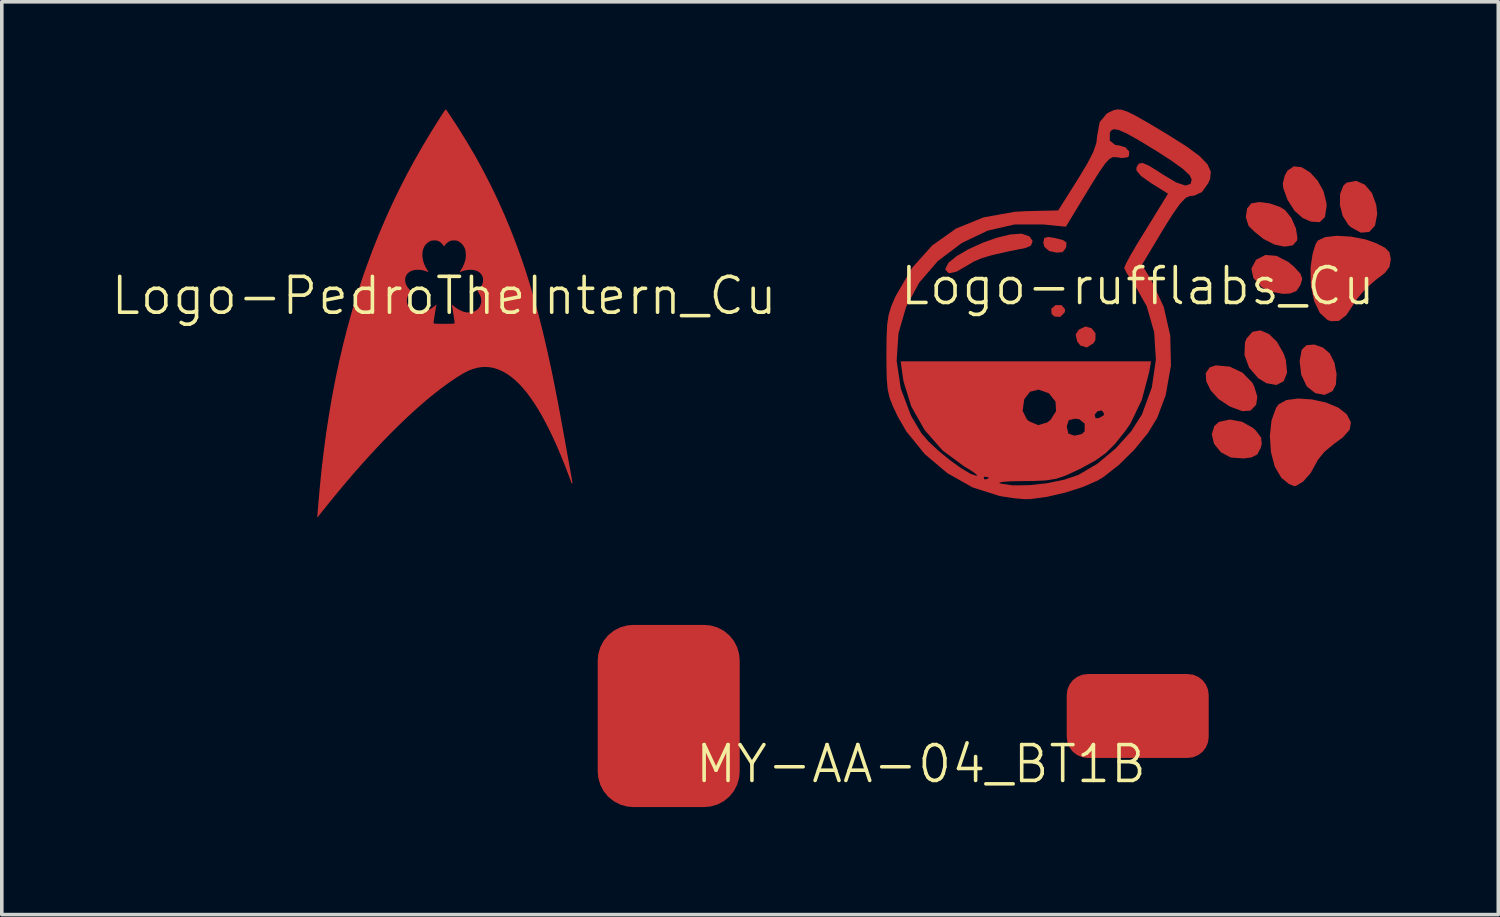
<source format=kicad_pcb>
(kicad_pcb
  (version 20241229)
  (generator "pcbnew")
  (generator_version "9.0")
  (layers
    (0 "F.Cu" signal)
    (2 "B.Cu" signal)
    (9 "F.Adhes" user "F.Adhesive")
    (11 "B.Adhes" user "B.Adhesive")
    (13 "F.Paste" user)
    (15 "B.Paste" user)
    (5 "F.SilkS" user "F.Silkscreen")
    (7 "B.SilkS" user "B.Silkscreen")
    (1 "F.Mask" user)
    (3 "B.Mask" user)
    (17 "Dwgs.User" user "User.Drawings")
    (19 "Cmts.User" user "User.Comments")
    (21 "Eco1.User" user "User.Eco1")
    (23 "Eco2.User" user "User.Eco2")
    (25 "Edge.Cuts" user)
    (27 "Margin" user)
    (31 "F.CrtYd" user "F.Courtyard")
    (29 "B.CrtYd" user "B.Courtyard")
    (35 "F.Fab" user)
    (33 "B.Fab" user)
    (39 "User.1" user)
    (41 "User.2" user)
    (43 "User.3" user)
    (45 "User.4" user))
  (footprint "Logo-PedroTheIntern_Cu"
    (layer "F.Cu")
    (at 9.336 5.7)
    (property "Reference" "Logo-PedroTheIntern_Cu" (at 0 -0.5 0) (unlocked yes) (layer "F.SilkS") (effects (font (size 1 1) (thickness 0.1))))
    (attr smd)
    (fp_poly (pts (xy 0.05 -5.699) (xy 0.05 -5.699) (xy 0.057 -5.69) (xy 0.07 -5.672) (xy 0.089 -5.645) (xy 0.112 -5.611) (xy 0.139 -5.571) (xy 0.169 -5.526) (xy 0.201 -5.478) (xy 0.233 -5.429) (xy 0.267 -5.379) (xy 0.299 -5.33) (xy 0.33 -5.283) (xy 0.358 -5.24) (xy 0.383 -5.201) (xy 0.384 -5.2) (xy 0.631 -4.802) (xy 0.867 -4.401) (xy 1.09 -3.994) (xy 1.302 -3.581) (xy 1.503 -3.162) (xy 1.693 -2.736) (xy 1.853 -2.35) (xy 1.947 -2.112) (xy 2.038 -1.872) (xy 2.126 -1.629) (xy 2.211 -1.383) (xy 2.294 -1.133) (xy 2.374 -0.878) (xy 2.453 -0.617) (xy 2.53 -0.35) (xy 2.605 -0.077) (xy 2.678 0.204) (xy 2.751 0.493) (xy 2.822 0.792) (xy 2.892 1.1) (xy 2.962 1.418) (xy 3.031 1.747) (xy 3.099 2.088) (xy 3.168 2.441) (xy 3.193 2.573) (xy 3.203 2.63) (xy 3.215 2.695) (xy 3.229 2.768) (xy 3.244 2.848) (xy 3.259 2.934) (xy 3.276 3.026) (xy 3.294 3.122) (xy 3.312 3.222) (xy 3.331 3.324) (xy 3.35 3.429) (xy 3.369 3.535) (xy 3.388 3.641) (xy 3.407 3.747) (xy 3.426 3.852) (xy 3.444 3.954) (xy 3.462 4.054) (xy 3.48 4.149) (xy 3.496 4.241) (xy 3.511 4.326) (xy 3.525 4.406) (xy 3.538 4.478) (xy 3.55 4.543) (xy 3.56 4.599) (xy 3.568 4.645) (xy 3.574 4.681) (xy 3.578 4.706) (xy 3.58 4.719) (xy 3.58 4.721) (xy 3.575 4.731) (xy 3.568 4.733) (xy 3.559 4.728) (xy 3.549 4.711) (xy 3.544 4.698) (xy 3.53 4.66) (xy 3.512 4.611) (xy 3.491 4.554) (xy 3.468 4.492) (xy 3.443 4.427) (xy 3.418 4.361) (xy 3.393 4.296) (xy 3.369 4.235) (xy 3.357 4.203) (xy 3.253 3.946) (xy 3.149 3.702) (xy 3.045 3.471) (xy 2.941 3.254) (xy 2.837 3.049) (xy 2.734 2.857) (xy 2.63 2.678) (xy 2.526 2.512) (xy 2.422 2.359) (xy 2.318 2.218) (xy 2.213 2.09) (xy 2.108 1.975) (xy 2.003 1.871) (xy 1.897 1.781) (xy 1.791 1.702) (xy 1.685 1.636) (xy 1.61 1.597) (xy 1.497 1.548) (xy 1.386 1.513) (xy 1.275 1.492) (xy 1.163 1.483) (xy 1.051 1.487) (xy 0.938 1.505) (xy 0.822 1.535) (xy 0.74 1.564) (xy 0.69 1.585) (xy 0.639 1.608) (xy 0.586 1.635) (xy 0.529 1.667) (xy 0.465 1.705) (xy 0.405 1.742) (xy 0.238 1.851) (xy 0.064 1.972) (xy -0.114 2.105) (xy -0.298 2.249) (xy -0.486 2.403) (xy -0.678 2.569) (xy -0.874 2.744) (xy -1.074 2.929) (xy -1.277 3.125) (xy -1.483 3.329) (xy -1.692 3.543) (xy -1.903 3.766) (xy -2.116 3.997) (xy -2.331 4.236) (xy -2.548 4.483) (xy -2.766 4.739) (xy -2.77 4.743) (xy -2.817 4.799) (xy -2.867 4.86) (xy -2.921 4.924) (xy -2.977 4.992) (xy -3.034 5.062) (xy -3.092 5.132) (xy -3.149 5.202) (xy -3.206 5.272) (xy -3.26 5.339) (xy -3.311 5.403) (xy -3.359 5.462) (xy -3.403 5.517) (xy -3.441 5.565) (xy -3.473 5.605) (xy -3.498 5.638) (xy -3.513 5.658) (xy -3.527 5.674) (xy -3.535 5.679) (xy -3.538 5.67) (xy -3.536 5.652) (xy -3.535 5.637) (xy -3.533 5.612) (xy -3.53 5.577) (xy -3.527 5.536) (xy -3.523 5.49) (xy -3.52 5.45) (xy -3.473 4.898) (xy -3.419 4.356) (xy -3.356 3.824) (xy -3.286 3.303) (xy -3.207 2.791) (xy -3.121 2.289) (xy -3.026 1.797) (xy -2.923 1.313) (xy -2.812 0.838) (xy -2.693 0.372) (xy -2.565 -0.086) (xy -2.429 -0.536) (xy -2.291 -0.959) (xy -1.086 -0.959) (xy -1.085 -0.906) (xy -1.076 -0.855) (xy -1.073 -0.846) (xy -1.047 -0.785) (xy -1.008 -0.725) (xy -0.966 -0.676) (xy -0.926 -0.635) (xy -0.956 -0.594) (xy -0.996 -0.53) (xy -1.023 -0.465) (xy -1.037 -0.401) (xy -1.038 -0.336) (xy -1.025 -0.272) (xy -1.003 -0.215) (xy -0.969 -0.161) (xy -0.927 -0.116) (xy -0.877 -0.081) (xy -0.82 -0.055) (xy -0.758 -0.039) (xy -0.691 -0.034) (xy -0.621 -0.039) (xy -0.549 -0.055) (xy -0.493 -0.075) (xy -0.42 -0.11) (xy -0.347 -0.155) (xy -0.276 -0.207) (xy -0.238 -0.239) (xy -0.223 -0.252) (xy -0.216 -0.257) (xy -0.215 -0.253) (xy -0.216 -0.246) (xy -0.219 -0.232) (xy -0.224 -0.206) (xy -0.229 -0.172) (xy -0.236 -0.131) (xy -0.244 -0.086) (xy -0.252 -0.037) (xy -0.26 0.014) (xy -0.267 0.063) (xy -0.275 0.11) (xy -0.281 0.153) (xy -0.286 0.19) (xy -0.29 0.218) (xy -0.293 0.237) (xy -0.293 0.243) (xy -0.291 0.26) (xy -0.285 0.272) (xy -0.277 0.274) (xy -0.257 0.276) (xy -0.226 0.277) (xy -0.188 0.279) (xy -0.143 0.28) (xy -0.094 0.28) (xy -0.041 0.281) (xy 0.013 0.281) (xy 0.066 0.28) (xy 0.117 0.28) (xy 0.165 0.279) (xy 0.207 0.278) (xy 0.242 0.277) (xy 0.267 0.275) (xy 0.282 0.273) (xy 0.285 0.272) (xy 0.291 0.26) (xy 0.293 0.243) (xy 0.293 0.242) (xy 0.292 0.232) (xy 0.289 0.21) (xy 0.285 0.179) (xy 0.279 0.14) (xy 0.272 0.096) (xy 0.265 0.048) (xy 0.257 -0.002) (xy 0.249 -0.052) (xy 0.241 -0.1) (xy 0.234 -0.145) (xy 0.228 -0.184) (xy 0.222 -0.215) (xy 0.218 -0.237) (xy 0.217 -0.245) (xy 0.216 -0.252) (xy 0.221 -0.251) (xy 0.232 -0.244) (xy 0.251 -0.228) (xy 0.255 -0.225) (xy 0.336 -0.162) (xy 0.416 -0.112) (xy 0.496 -0.074) (xy 0.574 -0.048) (xy 0.65 -0.035) (xy 0.725 -0.036) (xy 0.789 -0.047) (xy 0.854 -0.069) (xy 0.909 -0.101) (xy 0.955 -0.143) (xy 0.992 -0.194) (xy 1.003 -0.215) (xy 1.027 -0.277) (xy 1.038 -0.342) (xy 1.035 -0.407) (xy 1.02 -0.472) (xy 0.992 -0.536) (xy 0.956 -0.594) (xy 0.926 -0.635) (xy 0.966 -0.676) (xy 1.015 -0.735) (xy 1.052 -0.795) (xy 1.073 -0.846) (xy 1.084 -0.897) (xy 1.087 -0.951) (xy 1.081 -1.004) (xy 1.067 -1.05) (xy 1.063 -1.057) (xy 1.039 -1.097) (xy 1.005 -1.135) (xy 0.968 -1.167) (xy 0.94 -1.183) (xy 0.878 -1.207) (xy 0.809 -1.222) (xy 0.734 -1.226) (xy 0.655 -1.221) (xy 0.574 -1.206) (xy 0.513 -1.188) (xy 0.485 -1.178) (xy 0.461 -1.169) (xy 0.445 -1.162) (xy 0.441 -1.161) (xy 0.436 -1.16) (xy 0.438 -1.167) (xy 0.447 -1.183) (xy 0.463 -1.208) (xy 0.514 -1.296) (xy 0.555 -1.384) (xy 0.584 -1.47) (xy 0.6 -1.541) (xy 0.605 -1.584) (xy 0.606 -1.633) (xy 0.604 -1.683) (xy 0.6 -1.731) (xy 0.593 -1.773) (xy 0.588 -1.793) (xy 0.562 -1.855) (xy 0.526 -1.912) (xy 0.482 -1.961) (xy 0.432 -2.001) (xy 0.4 -2.019) (xy 0.378 -2.029) (xy 0.361 -2.036) (xy 0.345 -2.041) (xy 0.325 -2.043) (xy 0.299 -2.043) (xy 0.274 -2.043) (xy 0.24 -2.043) (xy 0.215 -2.042) (xy 0.197 -2.039) (xy 0.18 -2.034) (xy 0.162 -2.027) (xy 0.151 -2.022) (xy 0.119 -2.003) (xy 0.086 -1.978) (xy 0.055 -1.95) (xy 0.03 -1.921) (xy 0.017 -1.9) (xy 0.008 -1.886) (xy 0.002 -1.88) (xy 0.001 -1.88) (xy -0.005 -1.885) (xy -0.016 -1.898) (xy -0.03 -1.917) (xy -0.032 -1.919) (xy -0.072 -1.967) (xy -0.12 -2.004) (xy -0.157 -2.025) (xy -0.176 -2.033) (xy -0.192 -2.038) (xy -0.21 -2.041) (xy -0.234 -2.043) (xy -0.266 -2.043) (xy -0.274 -2.043) (xy -0.307 -2.043) (xy -0.331 -2.042) (xy -0.349 -2.04) (xy -0.366 -2.035) (xy -0.384 -2.027) (xy -0.402 -2.018) (xy -0.459 -1.983) (xy -0.507 -1.938) (xy -0.547 -1.884) (xy -0.577 -1.821) (xy -0.596 -1.752) (xy -0.606 -1.676) (xy -0.607 -1.646) (xy -0.601 -1.559) (xy -0.585 -1.474) (xy -0.558 -1.39) (xy -0.519 -1.304) (xy -0.467 -1.216) (xy -0.463 -1.208) (xy -0.447 -1.183) (xy -0.437 -1.168) (xy -0.435 -1.16) (xy -0.437 -1.159) (xy -0.445 -1.162) (xy -0.445 -1.162) (xy -0.465 -1.171) (xy -0.494 -1.181) (xy -0.528 -1.192) (xy -0.563 -1.203) (xy -0.592 -1.211) (xy -0.631 -1.218) (xy -0.678 -1.223) (xy -0.728 -1.225) (xy -0.776 -1.225) (xy -0.818 -1.221) (xy -0.841 -1.217) (xy -0.905 -1.198) (xy -0.961 -1.17) (xy -1.008 -1.133) (xy -1.045 -1.09) (xy -1.065 -1.055) (xy -1.08 -1.01) (xy -1.086 -0.959) (xy -2.291 -0.959) (xy -2.285 -0.977) (xy -2.169 -1.307) (xy -2.005 -1.751) (xy -1.832 -2.187) (xy -1.65 -2.615) (xy -1.46 -3.037) (xy -1.259 -3.454) (xy -1.049 -3.867) (xy -0.827 -4.277) (xy -0.594 -4.685) (xy -0.349 -5.093) (xy -0.092 -5.502) (xy -0.055 -5.559) (xy -0.025 -5.605) (xy -0.001 -5.64) (xy 0.017 -5.666) (xy 0.03 -5.684) (xy 0.04 -5.695) (xy 0.046 -5.7)) (stroke (width 0) (type solid)) (fill yes) (layer "F.Cu")))
  (footprint "MY-AA-04_BT1B"
    (layer "F.Cu")
    (at 0.25 17.018)
    (property "Reference" "MY-AA-04_BT1B" (at 22.385 1.24 0) (unlocked yes) (layer "F.SilkS") (effects (font (size 1 1) (thickness 0.1))))
    (attr smd)
    (pad "1" smd roundrect (at 15.35 -0.1) (size 3.96 5.08) (layers "F.Cu" "F.Mask" "F.Paste") (roundrect_rratio 0.25))
    (pad "1" smd roundrect (at 28.43 -0.1) (size 3.96 2.34) (layers "F.Cu" "F.Mask" "F.Paste") (roundrect_rratio 0.25)))
  (footprint "Logo-rufflabs_Cu"
    (layer "F.Cu")
    (at 28.68 5.428)
    (property "Reference" "Logo-rufflabs_Cu" (at 0 -0.5 0) (unlocked yes) (layer "F.SilkS") (effects (font (size 1 1) (thickness 0.1))))
    (attr smd)
    (fp_poly (pts (xy -2.025 0.15) (xy -2.034 0.232) (xy -2.159 0.36) (xy -2.324 0.35) (xy -2.404 0.274) (xy -2.41 0.132) (xy -2.295 0.032) (xy -2.125 0.031)) (stroke (width 0) (type solid)) (fill yes) (layer "F.Cu"))
    (fp_poly (pts (xy -1.287 0.676) (xy -1.177 0.817) (xy -1.179 1.004) (xy -1.233 1.094) (xy -1.42 1.215) (xy -1.603 1.155) (xy -1.69 1.041) (xy -1.731 0.851) (xy -1.643 0.716) (xy -1.459 0.627)) (stroke (width 0) (type solid)) (fill yes) (layer "F.Cu"))
    (fp_poly (pts (xy -2.335 -1.845) (xy -2.087 -1.784) (xy -1.986 -1.713) (xy -1.994 -1.596) (xy -2.008 -1.556) (xy -2.093 -1.448) (xy -2.26 -1.432) (xy -2.469 -1.476) (xy -2.604 -1.593) (xy -2.634 -1.712) (xy -2.608 -1.84) (xy -2.495 -1.87)) (stroke (width 0) (type solid)) (fill yes) (layer "F.Cu"))
    (fp_poly (pts (xy 3.658 0.835) (xy 3.883 1.054) (xy 4.067 1.377) (xy 4.131 1.566) (xy 4.167 1.918) (xy 4.069 2.156) (xy 3.868 2.259) (xy 3.591 2.21) (xy 3.359 2.068) (xy 3.106 1.775) (xy 2.977 1.423) (xy 2.991 1.074) (xy 3.032 0.967) (xy 3.201 0.775) (xy 3.42 0.736)) (stroke (width 0) (type solid)) (fill yes) (layer "F.Cu"))
    (fp_poly (pts (xy 5.167 1.216) (xy 5.355 1.377) (xy 5.488 1.641) (xy 5.547 1.957) (xy 5.526 2.25) (xy 5.437 2.427) (xy 5.214 2.534) (xy 4.954 2.488) (xy 4.717 2.301) (xy 4.711 2.292) (xy 4.561 1.976) (xy 4.515 1.594) (xy 4.573 1.278) (xy 4.707 1.149) (xy 4.926 1.131)) (stroke (width 0) (type solid)) (fill yes) (layer "F.Cu"))
    (fp_poly (pts (xy 6.334 -3.328) (xy 6.532 -3.094) (xy 6.654 -2.761) (xy 6.679 -2.507) (xy 6.618 -2.185) (xy 6.456 -2.009) (xy 6.223 -1.989) (xy 5.95 -2.138) (xy 5.875 -2.206) (xy 5.716 -2.456) (xy 5.638 -2.764) (xy 5.644 -3.068) (xy 5.737 -3.304) (xy 5.827 -3.384) (xy 6.09 -3.435)) (stroke (width 0) (type solid)) (fill yes) (layer "F.Cu"))
    (fp_poly (pts (xy 2.912 3.286) (xy 3.224 3.463) (xy 3.295 3.531) (xy 3.442 3.726) (xy 3.459 3.907) (xy 3.426 4.023) (xy 3.333 4.197) (xy 3.171 4.28) (xy 2.956 4.308) (xy 2.6 4.283) (xy 2.323 4.137) (xy 2.129 3.901) (xy 2.065 3.638) (xy 2.136 3.404) (xy 2.268 3.287) (xy 2.569 3.222)) (stroke (width 0) (type solid)) (fill yes) (layer "F.Cu"))
    (fp_poly (pts (xy 2.569 1.747) (xy 2.929 1.92) (xy 3.195 2.195) (xy 3.251 2.304) (xy 3.336 2.587) (xy 3.306 2.794) (xy 3.291 2.824) (xy 3.146 2.974) (xy 2.923 2.99) (xy 2.596 2.871) (xy 2.56 2.853) (xy 2.254 2.651) (xy 2.034 2.407) (xy 1.911 2.156) (xy 1.897 1.932) (xy 2.004 1.771) (xy 2.178 1.712)) (stroke (width 0) (type solid)) (fill yes) (layer "F.Cu"))
    (fp_poly (pts (xy 3.87 -1.343) (xy 4.204 -1.17) (xy 4.368 -1.03) (xy 4.54 -0.842) (xy 4.589 -0.7) (xy 4.539 -0.532) (xy 4.535 -0.522) (xy 4.423 -0.359) (xy 4.245 -0.292) (xy 4.06 -0.282) (xy 3.695 -0.344) (xy 3.458 -0.468) (xy 3.224 -0.727) (xy 3.169 -0.985) (xy 3.296 -1.226) (xy 3.306 -1.236) (xy 3.558 -1.367)) (stroke (width 0) (type solid)) (fill yes) (layer "F.Cu"))
    (fp_poly (pts (xy 4.576 -3.813) (xy 4.808 -3.669) (xy 5.021 -3.436) (xy 5.183 -3.141) (xy 5.264 -2.813) (xy 5.268 -2.724) (xy 5.221 -2.423) (xy 5.075 -2.281) (xy 4.829 -2.297) (xy 4.598 -2.399) (xy 4.373 -2.6) (xy 4.178 -2.905) (xy 4.06 -3.228) (xy 4.045 -3.359) (xy 4.1 -3.579) (xy 4.177 -3.719) (xy 4.356 -3.839)) (stroke (width 0) (type solid)) (fill yes) (layer "F.Cu"))
    (fp_poly (pts (xy 3.675 -2.807) (xy 3.964 -2.709) (xy 4.109 -2.62) (xy 4.286 -2.399) (xy 4.412 -2.109) (xy 4.455 -1.84) (xy 4.445 -1.774) (xy 4.325 -1.636) (xy 4.097 -1.599) (xy 3.809 -1.659) (xy 3.51 -1.813) (xy 3.481 -1.834) (xy 3.263 -2.01) (xy 3.11 -2.158) (xy 3.088 -2.187) (xy 3.015 -2.422) (xy 3.049 -2.66) (xy 3.164 -2.805) (xy 3.381 -2.844)) (stroke (width 0) (type solid)) (fill yes) (layer "F.Cu"))
    (fp_poly (pts (xy -3.224 -1.958) (xy -3.016 -1.883) (xy -2.929 -1.755) (xy -2.978 -1.628) (xy -3.122 -1.564) (xy -3.665 -1.454) (xy -4.061 -1.363) (xy -4.347 -1.278) (xy -4.56 -1.189) (xy -4.738 -1.084) (xy -4.75 -1.076) (xy -5.06 -0.899) (xy -5.267 -0.856) (xy -5.359 -0.948) (xy -5.362 -0.99) (xy -5.278 -1.15) (xy -5.051 -1.335) (xy -4.725 -1.525) (xy -4.341 -1.701) (xy -3.94 -1.845) (xy -3.563 -1.938) (xy -3.254 -1.961)) (stroke (width 0) (type solid)) (fill yes) (layer "F.Cu"))
    (fp_poly (pts (xy 4.865 2.663) (xy 5.257 2.75) (xy 5.597 2.892) (xy 5.832 3.078) (xy 5.833 3.079) (xy 5.946 3.298) (xy 5.912 3.504) (xy 5.718 3.723) (xy 5.461 3.912) (xy 5.211 4.119) (xy 5.024 4.348) (xy 4.987 4.418) (xy 4.822 4.717) (xy 4.616 4.951) (xy 4.416 5.073) (xy 4.366 5.08) (xy 4.211 5.015) (xy 4.019 4.858) (xy 3.998 4.836) (xy 3.82 4.532) (xy 3.715 4.125) (xy 3.685 3.674) (xy 3.732 3.245) (xy 3.858 2.898) (xy 3.929 2.799) (xy 4.146 2.679) (xy 4.477 2.636)) (stroke (width 0) (type solid)) (fill yes) (layer "F.Cu"))
    (fp_poly (pts (xy 5.949 -1.879) (xy 6.35 -1.801) (xy 6.636 -1.702) (xy 6.894 -1.571) (xy 7.019 -1.446) (xy 7.055 -1.276) (xy 7.056 -1.234) (xy 7.021 -1.034) (xy 6.891 -0.863) (xy 6.656 -0.685) (xy 6.364 -0.435) (xy 6.106 -0.129) (xy 6.037 -0.019) (xy 5.818 0.311) (xy 5.609 0.473) (xy 5.387 0.48) (xy 5.294 0.446) (xy 5.08 0.252) (xy 4.92 -0.082) (xy 4.829 -0.514) (xy 4.82 -1.002) (xy 4.824 -1.048) (xy 4.878 -1.401) (xy 4.96 -1.669) (xy 5.022 -1.769) (xy 5.228 -1.866) (xy 5.556 -1.902)) (stroke (width 0) (type solid)) (fill yes) (layer "F.Cu"))
    (fp_poly (pts (xy -0.447 -5.418) (xy -0.288 -5.364) (xy -0.062 -5.252) (xy 0.26 -5.069) (xy 0.706 -4.804) (xy 0.868 -4.706) (xy 1.378 -4.383) (xy 1.733 -4.119) (xy 1.948 -3.894) (xy 2.038 -3.69) (xy 2.02 -3.488) (xy 1.969 -3.372) (xy 1.792 -3.123) (xy 1.576 -3.021) (xy 1.458 -3.012) (xy 1.338 -2.959) (xy 1.179 -2.792) (xy 0.966 -2.49) (xy 0.693 -2.052) (xy 0.118 -1.093) (xy 0.379 -0.664) (xy 0.725 0.078) (xy 0.908 0.883) (xy 0.927 1.717) (xy 0.78 2.544) (xy 0.547 3.167) (xy 0.284 3.601) (xy -0.092 4.061) (xy -0.526 4.49) (xy -0.962 4.83) (xy -1.119 4.924) (xy -1.521 5.101) (xy -2.017 5.259) (xy -2.53 5.379) (xy -2.985 5.44) (xy -3.151 5.444) (xy -3.425 5.42) (xy -3.761 5.371) (xy -3.857 5.353) (xy -4.604 5.116) (xy -5.113 4.829) (xy -4.296 4.829) (xy -4.283 4.885) (xy -4.233 4.892) (xy -4.156 4.857) (xy -4.171 4.829) (xy -4.282 4.818) (xy -4.296 4.829) (xy -5.113 4.829) (xy -5.31 4.718) (xy -5.939 4.187) (xy -6.455 3.551) (xy -6.696 3.133) (xy -6.831 2.847) (xy -6.921 2.613) (xy -6.974 2.378) (xy -6.999 2.089) (xy -7.008 1.694) (xy -7.008 1.584) (xy -6.723 1.584) (xy -6.608 2.358) (xy -6.322 3.117) (xy -6.037 3.598) (xy -5.843 3.826) (xy -5.566 4.086) (xy -5.248 4.347) (xy -4.932 4.575) (xy -4.663 4.736) (xy -4.482 4.797) (xy -4.481 4.797) (xy -4.497 4.755) (xy -4.644 4.648) (xy -4.849 4.524) (xy -5.445 4.082) (xy -5.943 3.514) (xy -5.988 3.434) (xy -1.976 3.434) (xy -1.936 3.613) (xy -1.784 3.668) (xy -1.748 3.669) (xy -1.558 3.626) (xy -1.48 3.551) (xy -1.478 3.337) (xy -1.629 3.215) (xy -1.75 3.199) (xy -1.923 3.24) (xy -1.975 3.399) (xy -1.976 3.434) (xy -5.988 3.434) (xy -6.246 2.98) (xy -3.21 2.98) (xy -3.092 3.217) (xy -3.033 3.269) (xy -2.776 3.379) (xy -2.523 3.304) (xy -2.43 3.231) (xy -2.342 3.09) (xy -1.202 3.09) (xy -1.175 3.184) (xy -1.088 3.184) (xy -0.955 3.11) (xy -0.936 3.057) (xy -1.001 2.97) (xy -1.122 2.99) (xy -1.202 3.09) (xy -2.342 3.09) (xy -2.277 2.987) (xy -2.292 2.724) (xy -2.468 2.501) (xy -2.488 2.487) (xy -2.765 2.388) (xy -3.005 2.448) (xy -3.162 2.653) (xy -3.165 2.662) (xy -3.21 2.98) (xy -6.246 2.98) (xy -6.314 2.861) (xy -6.53 2.164) (xy -6.551 2.038) (xy -6.611 1.599) (xy -3.12 1.599) (xy 0.372 1.599) (xy 0.318 1.905) (xy 0.115 2.672) (xy -0.201 3.332) (xy -0.354 3.553) (xy -0.636 3.904) (xy -0.889 4.157) (xy -1.175 4.362) (xy -1.556 4.571) (xy -1.693 4.639) (xy -2.009 4.785) (xy -2.272 4.874) (xy -2.55 4.92) (xy -2.91 4.937) (xy -3.181 4.939) (xy -3.537 4.945) (xy -3.774 4.962) (xy -3.867 4.988) (xy -3.839 5.006) (xy -3.492 5.058) (xy -3.034 5.054) (xy -2.532 4.999) (xy -2.05 4.901) (xy -1.657 4.768) (xy -1.651 4.765) (xy -1.127 4.456) (xy -0.619 4.033) (xy -0.182 3.551) (xy 0.117 3.082) (xy 0.394 2.326) (xy 0.507 1.55) (xy 0.459 0.786) (xy 0.251 0.064) (xy -0.115 -0.585) (xy -0.144 -0.624) (xy -0.291 -0.834) (xy -0.371 -0.986) (xy -0.376 -1.009) (xy -0.33 -1.121) (xy -0.206 -1.351) (xy -0.028 -1.656) (xy 0.055 -1.792) (xy 0.277 -2.152) (xy 0.483 -2.488) (xy 0.637 -2.739) (xy 0.666 -2.785) (xy 0.845 -3.077) (xy 0.377 -3.368) (xy 0.09 -3.571) (xy -0.035 -3.724) (xy -0.036 -3.805) (xy 0.028 -3.912) (xy 0.13 -3.934) (xy 0.305 -3.862) (xy 0.586 -3.688) (xy 0.684 -3.622) (xy 1.07 -3.391) (xy 1.333 -3.302) (xy 1.476 -3.353) (xy 1.505 -3.474) (xy 1.444 -3.597) (xy 1.253 -3.773) (xy 0.918 -4.012) (xy 0.511 -4.274) (xy 0.041 -4.56) (xy -0.297 -4.75) (xy -0.525 -4.852) (xy -0.669 -4.876) (xy -0.75 -4.83) (xy -0.778 -4.774) (xy -0.78 -4.559) (xy -0.629 -4.436) (xy -0.517 -4.421) (xy -0.341 -4.368) (xy -0.235 -4.25) (xy -0.245 -4.125) (xy -0.282 -4.092) (xy -0.433 -4.071) (xy -0.584 -4.092) (xy -0.685 -4.098) (xy -0.786 -4.047) (xy -0.909 -3.915) (xy -1.076 -3.675) (xy -1.307 -3.305) (xy -1.401 -3.15) (xy -2.003 -2.155) (xy -2.63 -2.217) (xy -3.435 -2.217) (xy -4.186 -2.046) (xy -4.906 -1.701) (xy -5.572 -1.2) (xy -6.092 -0.597) (xy -6.46 0.083) (xy -6.672 0.818) (xy -6.723 1.584) (xy -7.008 1.584) (xy -7.009 1.413) (xy -7.004 0.926) (xy -6.987 0.576) (xy -6.948 0.31) (xy -6.879 0.077) (xy -6.772 -0.175) (xy -6.751 -0.22) (xy -6.295 -1.004) (xy -5.734 -1.631) (xy -5.07 -2.102) (xy -4.302 -2.415) (xy -3.432 -2.571) (xy -3.108 -2.589) (xy -2.218 -2.61) (xy -1.673 -3.473) (xy -1.408 -3.912) (xy -1.24 -4.239) (xy -1.153 -4.492) (xy -1.129 -4.702) (xy -1.06 -5.074) (xy -0.853 -5.32) (xy -0.672 -5.405) (xy -0.565 -5.428)) (stroke (width 0) (type solid)) (fill yes) (layer "F.Cu")))
  (gr_rect
    (start -3 -3)
    (end 38.736 22.458)
    (stroke (width 0.1) (type default))
    (fill no)
    (layer "Edge.Cuts")))
</source>
